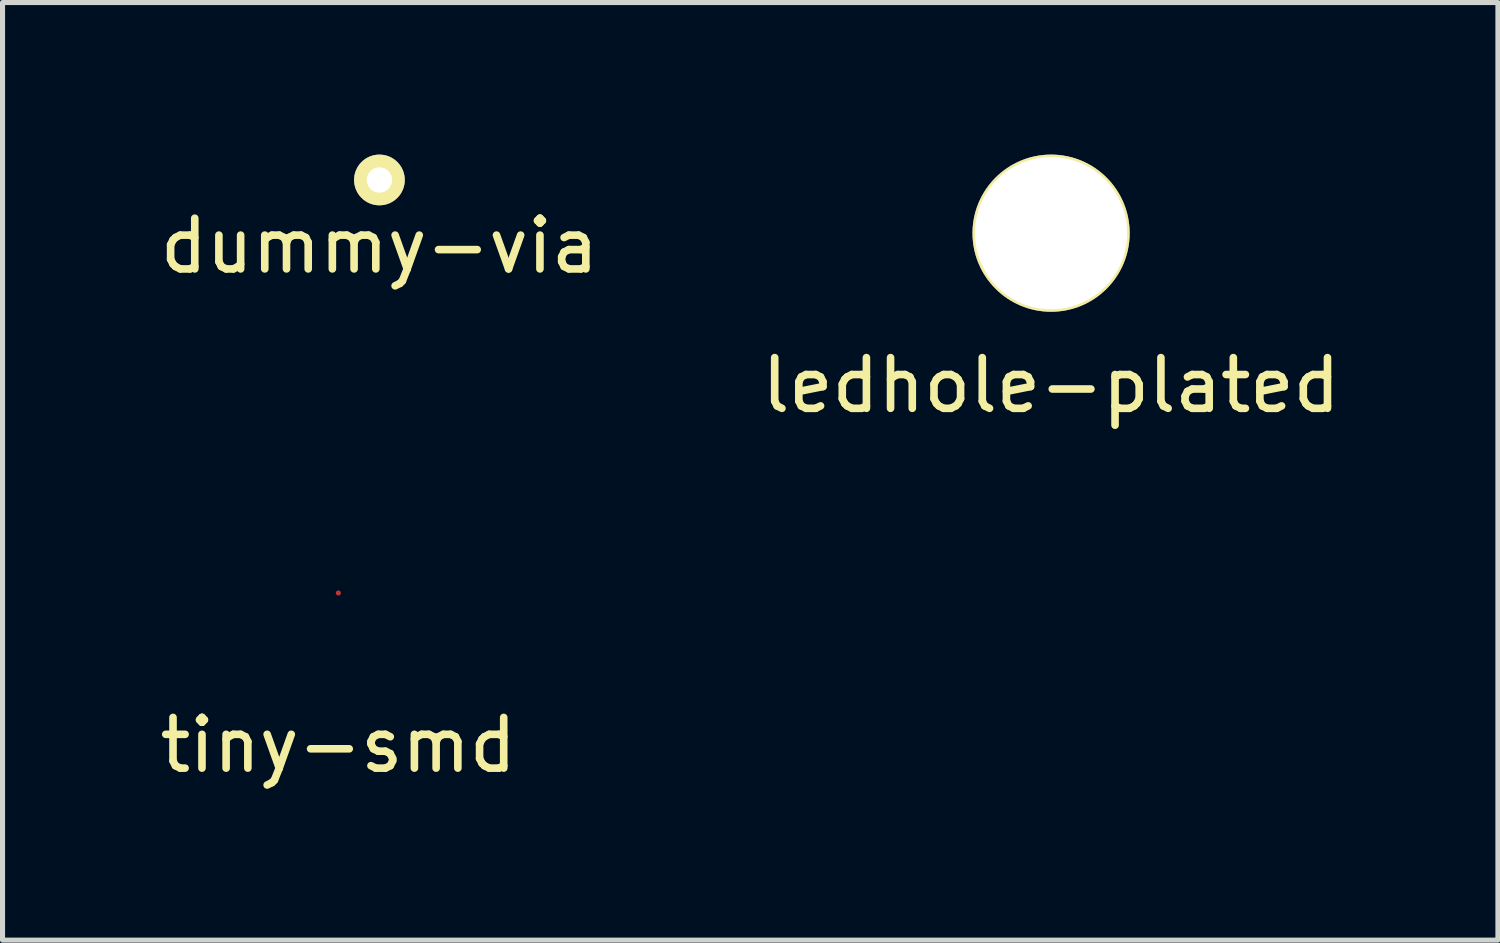
<source format=kicad_pcb>
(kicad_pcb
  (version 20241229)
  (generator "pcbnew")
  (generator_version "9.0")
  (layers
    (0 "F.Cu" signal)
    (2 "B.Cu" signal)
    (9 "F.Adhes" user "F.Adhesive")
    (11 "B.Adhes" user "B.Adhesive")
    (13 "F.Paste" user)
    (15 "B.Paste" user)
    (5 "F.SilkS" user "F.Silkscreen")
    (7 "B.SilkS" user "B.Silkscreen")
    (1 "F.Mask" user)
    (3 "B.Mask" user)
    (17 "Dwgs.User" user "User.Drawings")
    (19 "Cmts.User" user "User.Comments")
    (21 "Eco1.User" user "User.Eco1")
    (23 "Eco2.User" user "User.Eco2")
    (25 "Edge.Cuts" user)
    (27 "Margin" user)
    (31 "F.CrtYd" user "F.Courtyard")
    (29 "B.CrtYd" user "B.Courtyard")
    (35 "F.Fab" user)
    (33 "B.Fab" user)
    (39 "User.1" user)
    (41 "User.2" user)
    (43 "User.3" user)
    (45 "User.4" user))
  (footprint "dummy-via"
    (layer "F.Cu")
    (at 4.435 0.5)
    (property "Reference" "dummy-via" (at 0 1.3 0) (layer "F.SilkS") (effects (font (size 1 1) (thickness 0.15))))
    (attr through_hole)
    (pad "1" thru_hole circle (at 0 0) (size 1 1) (drill 0.5) (layers "*.Cu" "*.Mask" "F.SilkS")))
  (footprint "tiny-smd"
    (layer "F.Cu")
    (at 3.625 8.648)
    (property "Reference" "tiny-smd" (at 0 3 0) (layer "F.SilkS") (effects (font (size 1 1) (thickness 0.15))))
    (attr through_hole)
    (pad "1" smd circle (at 0 0) (size 0.1 0.1) (layers "F.Cu" "F.Mask")))
  (footprint "ledhole-plated"
    (layer "F.Cu")
    (at 17.685 1.55)
    (property "Reference" "ledhole-plated" (at 0 3 0) (layer "F.SilkS") (effects (font (size 1 1) (thickness 0.15))))
    (attr through_hole)
    (pad "1" thru_hole circle (at 0 0) (size 3.1 3.1) (drill 3) (layers "*.Cu" "F.Mask" "F.SilkS")))
  (gr_rect
    (start -3 -3)
    (end 26.5 15.496)
    (stroke (width 0.1) (type default))
    (fill no)
    (layer "Edge.Cuts")))
</source>
